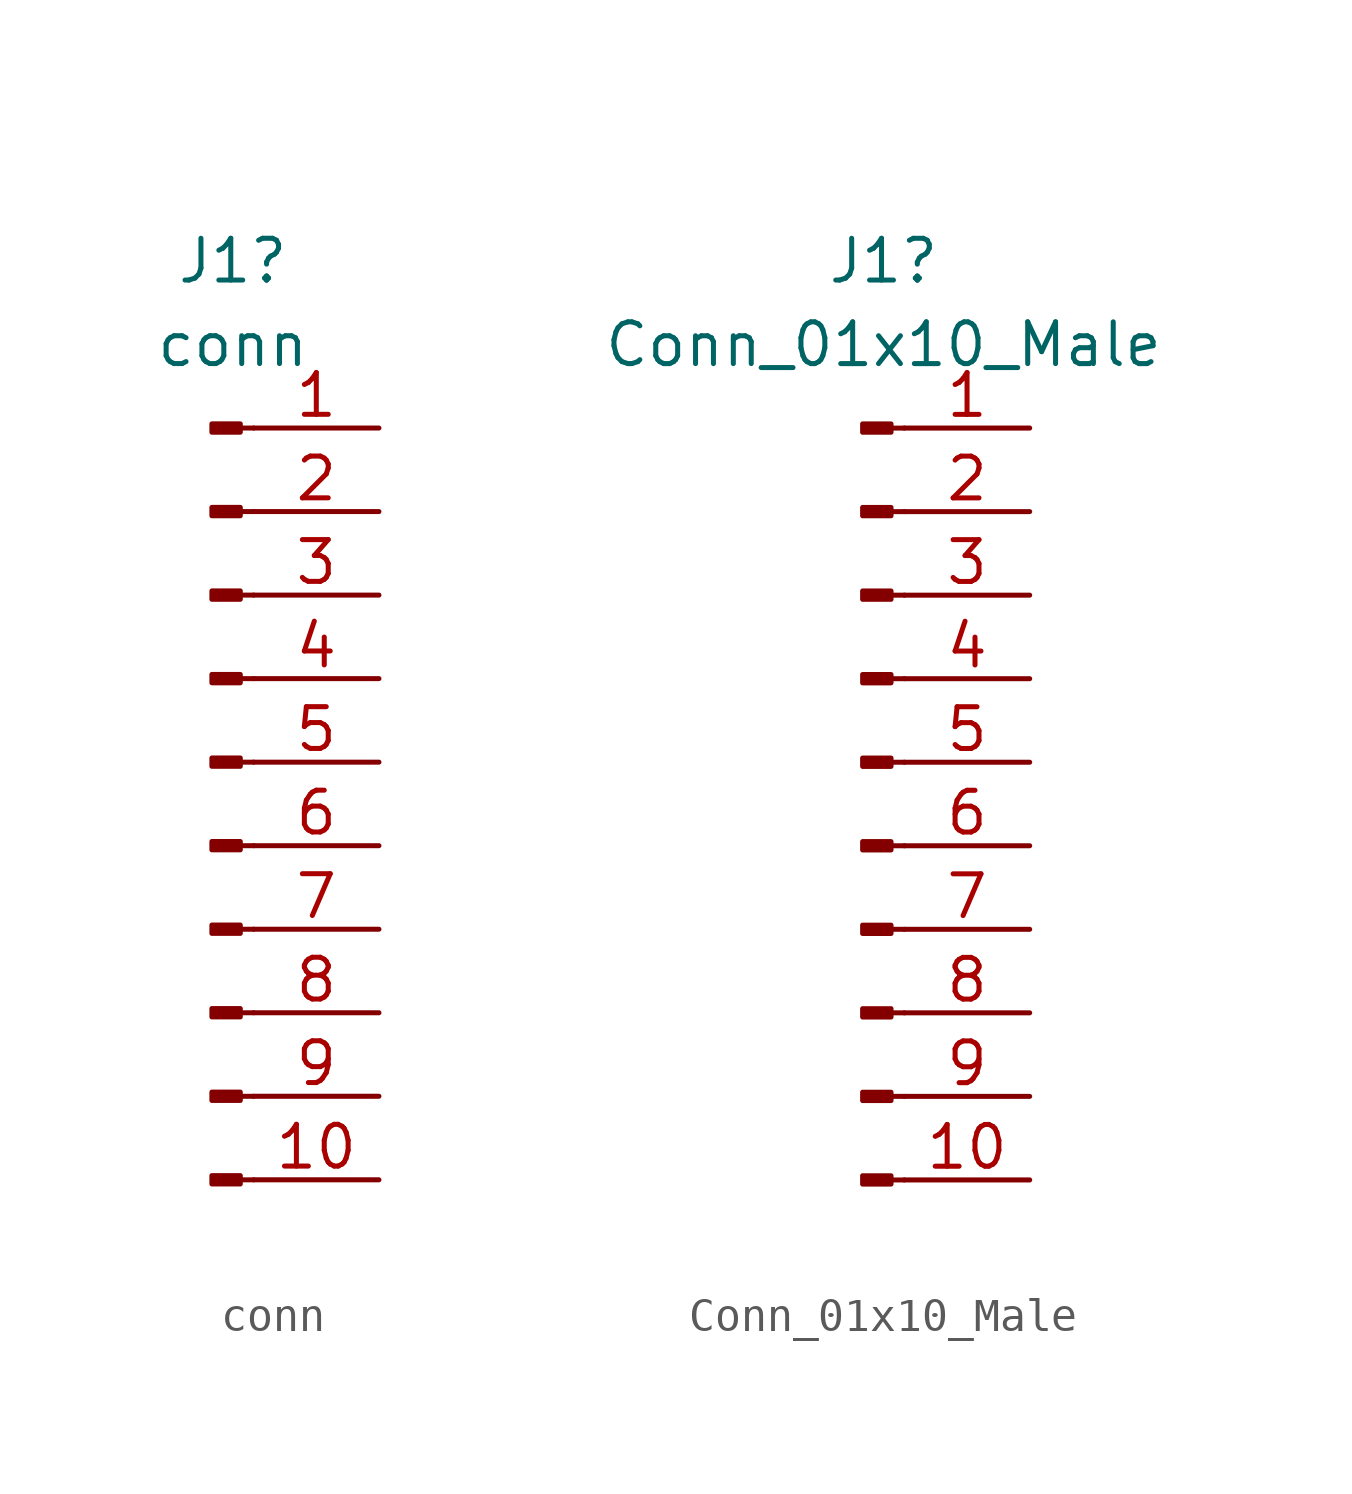
<source format=kicad_sym>
(kicad_symbol_lib
  (version 20211014)
  (generator kicad_symbol_editor)
  (symbol "conn"
    (pin_names
      (offset 1.016) hide)
    (property "Reference" "J1"
      (at 0.635 15.24 0)
      (effects (font (size 1.27 1.27))))
    (property "Value" "conn"
      (at 0.635 12.7 0)
      (effects (font (size 1.27 1.27))))
    (symbol "conn_1_1"
      (polyline (pts (xy 1.27 -12.7) (xy 0.864 -12.7)) (stroke (width 0.152) (type default) (color 0 0 0 0)) (fill (type none)))
      (polyline (pts (xy 1.27 -10.16) (xy 0.864 -10.16)) (stroke (width 0.152) (type default) (color 0 0 0 0)) (fill (type none)))
      (polyline (pts (xy 1.27 -7.62) (xy 0.864 -7.62)) (stroke (width 0.152) (type default) (color 0 0 0 0)) (fill (type none)))
      (polyline (pts (xy 1.27 -5.08) (xy 0.864 -5.08)) (stroke (width 0.152) (type default) (color 0 0 0 0)) (fill (type none)))
      (polyline (pts (xy 1.27 -2.54) (xy 0.864 -2.54)) (stroke (width 0.152) (type default) (color 0 0 0 0)) (fill (type none)))
      (polyline (pts (xy 1.27 0) (xy 0.864 0)) (stroke (width 0.152) (type default) (color 0 0 0 0)) (fill (type none)))
      (polyline (pts (xy 1.27 2.54) (xy 0.864 2.54)) (stroke (width 0.152) (type default) (color 0 0 0 0)) (fill (type none)))
      (polyline (pts (xy 1.27 5.08) (xy 0.864 5.08)) (stroke (width 0.152) (type default) (color 0 0 0 0)) (fill (type none)))
      (polyline (pts (xy 1.27 7.62) (xy 0.864 7.62)) (stroke (width 0.152) (type default) (color 0 0 0 0)) (fill (type none)))
      (polyline (pts (xy 1.27 10.16) (xy 0.864 10.16)) (stroke (width 0.152) (type default) (color 0 0 0 0)) (fill (type none)))
      (rectangle (start 0.864 -12.573) (end 0 -12.827) (stroke (width 0.152) (type default) (color 0 0 0 0)) (fill (type outline)))
      (rectangle (start 0.864 -10.033) (end 0 -10.287) (stroke (width 0.152) (type default) (color 0 0 0 0)) (fill (type outline)))
      (rectangle (start 0.864 -7.493) (end 0 -7.747) (stroke (width 0.152) (type default) (color 0 0 0 0)) (fill (type outline)))
      (rectangle (start 0.864 -4.953) (end 0 -5.207) (stroke (width 0.152) (type default) (color 0 0 0 0)) (fill (type outline)))
      (rectangle (start 0.864 -2.413) (end 0 -2.667) (stroke (width 0.152) (type default) (color 0 0 0 0)) (fill (type outline)))
      (rectangle (start 0.864 0.127) (end 0 -0.127) (stroke (width 0.152) (type default) (color 0 0 0 0)) (fill (type outline)))
      (rectangle (start 0.864 2.667) (end 0 2.413) (stroke (width 0.152) (type default) (color 0 0 0 0)) (fill (type outline)))
      (rectangle (start 0.864 5.207) (end 0 4.953) (stroke (width 0.152) (type default) (color 0 0 0 0)) (fill (type outline)))
      (rectangle (start 0.864 7.747) (end 0 7.493) (stroke (width 0.152) (type default) (color 0 0 0 0)) (fill (type outline)))
      (rectangle (start 0.864 10.287) (end 0 10.033) (stroke (width 0.152) (type default) (color 0 0 0 0)) (fill (type outline)))
      (pin passive line (at 5.08 10.16 180) (length 3.81) (name "Pin_1" (effects (font (size 1.27 1.27)))) (number "1" (effects (font (size 1.27 1.27)))))
      (pin input line (at 5.08 -12.7 180) (length 3.81) (name "Pin_10" (effects (font (size 1.27 1.27)))) (number "10" (effects (font (size 1.27 1.27)))))
      (pin passive line (at 5.08 7.62 180) (length 3.81) (name "Pin_2" (effects (font (size 1.27 1.27)))) (number "2" (effects (font (size 1.27 1.27)))))
      (pin passive line (at 5.08 5.08 180) (length 3.81) (name "Pin_3" (effects (font (size 1.27 1.27)))) (number "3" (effects (font (size 1.27 1.27)))))
      (pin passive line (at 5.08 2.54 180) (length 3.81) (name "Pin_4" (effects (font (size 1.27 1.27)))) (number "4" (effects (font (size 1.27 1.27)))))
      (pin passive line (at 5.08 0 180) (length 3.81) (name "Pin_5" (effects (font (size 1.27 1.27)))) (number "5" (effects (font (size 1.27 1.27)))))
      (pin passive line (at 5.08 -2.54 180) (length 3.81) (name "Pin_6" (effects (font (size 1.27 1.27)))) (number "6" (effects (font (size 1.27 1.27)))))
      (pin passive line (at 5.08 -5.08 180) (length 3.81) (name "Pin_7" (effects (font (size 1.27 1.27)))) (number "7" (effects (font (size 1.27 1.27)))))
      (pin passive line (at 5.08 -7.62 180) (length 3.81) (name "Pin_8" (effects (font (size 1.27 1.27)))) (number "8" (effects (font (size 1.27 1.27)))))
      (pin input line (at 5.08 -10.16 180) (length 3.81) (name "Pin_9" (effects (font (size 1.27 1.27)))) (number "9" (effects (font (size 1.27 1.27)))))))
  (symbol "Conn_01x10_Male"
    (pin_names
      (offset 1.016) hide)
    (property "Reference" "J1"
      (at 0.635 15.24 0)
      (effects (font (size 1.27 1.27))))
    (property "Value" "Conn_01x10_Male"
      (at 0.635 12.7 0)
      (effects (font (size 1.27 1.27))))
    (symbol "Conn_01x10_Male_1_1"
      (polyline (pts (xy 1.27 -12.7) (xy 0.864 -12.7)) (stroke (width 0.152) (type default) (color 0 0 0 0)) (fill (type none)))
      (polyline (pts (xy 1.27 -10.16) (xy 0.864 -10.16)) (stroke (width 0.152) (type default) (color 0 0 0 0)) (fill (type none)))
      (polyline (pts (xy 1.27 -7.62) (xy 0.864 -7.62)) (stroke (width 0.152) (type default) (color 0 0 0 0)) (fill (type none)))
      (polyline (pts (xy 1.27 -5.08) (xy 0.864 -5.08)) (stroke (width 0.152) (type default) (color 0 0 0 0)) (fill (type none)))
      (polyline (pts (xy 1.27 -2.54) (xy 0.864 -2.54)) (stroke (width 0.152) (type default) (color 0 0 0 0)) (fill (type none)))
      (polyline (pts (xy 1.27 0) (xy 0.864 0)) (stroke (width 0.152) (type default) (color 0 0 0 0)) (fill (type none)))
      (polyline (pts (xy 1.27 2.54) (xy 0.864 2.54)) (stroke (width 0.152) (type default) (color 0 0 0 0)) (fill (type none)))
      (polyline (pts (xy 1.27 5.08) (xy 0.864 5.08)) (stroke (width 0.152) (type default) (color 0 0 0 0)) (fill (type none)))
      (polyline (pts (xy 1.27 7.62) (xy 0.864 7.62)) (stroke (width 0.152) (type default) (color 0 0 0 0)) (fill (type none)))
      (polyline (pts (xy 1.27 10.16) (xy 0.864 10.16)) (stroke (width 0.152) (type default) (color 0 0 0 0)) (fill (type none)))
      (rectangle (start 0.864 -12.573) (end 0 -12.827) (stroke (width 0.152) (type default) (color 0 0 0 0)) (fill (type outline)))
      (rectangle (start 0.864 -10.033) (end 0 -10.287) (stroke (width 0.152) (type default) (color 0 0 0 0)) (fill (type outline)))
      (rectangle (start 0.864 -7.493) (end 0 -7.747) (stroke (width 0.152) (type default) (color 0 0 0 0)) (fill (type outline)))
      (rectangle (start 0.864 -4.953) (end 0 -5.207) (stroke (width 0.152) (type default) (color 0 0 0 0)) (fill (type outline)))
      (rectangle (start 0.864 -2.413) (end 0 -2.667) (stroke (width 0.152) (type default) (color 0 0 0 0)) (fill (type outline)))
      (rectangle (start 0.864 0.127) (end 0 -0.127) (stroke (width 0.152) (type default) (color 0 0 0 0)) (fill (type outline)))
      (rectangle (start 0.864 2.667) (end 0 2.413) (stroke (width 0.152) (type default) (color 0 0 0 0)) (fill (type outline)))
      (rectangle (start 0.864 5.207) (end 0 4.953) (stroke (width 0.152) (type default) (color 0 0 0 0)) (fill (type outline)))
      (rectangle (start 0.864 7.747) (end 0 7.493) (stroke (width 0.152) (type default) (color 0 0 0 0)) (fill (type outline)))
      (rectangle (start 0.864 10.287) (end 0 10.033) (stroke (width 0.152) (type default) (color 0 0 0 0)) (fill (type outline)))
      (pin passive line (at 5.08 10.16 180) (length 3.81) (name "Pin_1" (effects (font (size 1.27 1.27)))) (number "1" (effects (font (size 1.27 1.27)))))
      (pin input line (at 5.08 -12.7 180) (length 3.81) (name "Pin_10" (effects (font (size 1.27 1.27)))) (number "10" (effects (font (size 1.27 1.27)))))
      (pin passive line (at 5.08 7.62 180) (length 3.81) (name "Pin_2" (effects (font (size 1.27 1.27)))) (number "2" (effects (font (size 1.27 1.27)))))
      (pin passive line (at 5.08 5.08 180) (length 3.81) (name "Pin_3" (effects (font (size 1.27 1.27)))) (number "3" (effects (font (size 1.27 1.27)))))
      (pin passive line (at 5.08 2.54 180) (length 3.81) (name "Pin_4" (effects (font (size 1.27 1.27)))) (number "4" (effects (font (size 1.27 1.27)))))
      (pin passive line (at 5.08 0 180) (length 3.81) (name "Pin_5" (effects (font (size 1.27 1.27)))) (number "5" (effects (font (size 1.27 1.27)))))
      (pin passive line (at 5.08 -2.54 180) (length 3.81) (name "Pin_6" (effects (font (size 1.27 1.27)))) (number "6" (effects (font (size 1.27 1.27)))))
      (pin passive line (at 5.08 -5.08 180) (length 3.81) (name "Pin_7" (effects (font (size 1.27 1.27)))) (number "7" (effects (font (size 1.27 1.27)))))
      (pin passive line (at 5.08 -7.62 180) (length 3.81) (name "Pin_8" (effects (font (size 1.27 1.27)))) (number "8" (effects (font (size 1.27 1.27)))))
      (pin input line (at 5.08 -10.16 180) (length 3.81) (name "Pin_9" (effects (font (size 1.27 1.27)))) (number "9" (effects (font (size 1.27 1.27))))))))
</source>
